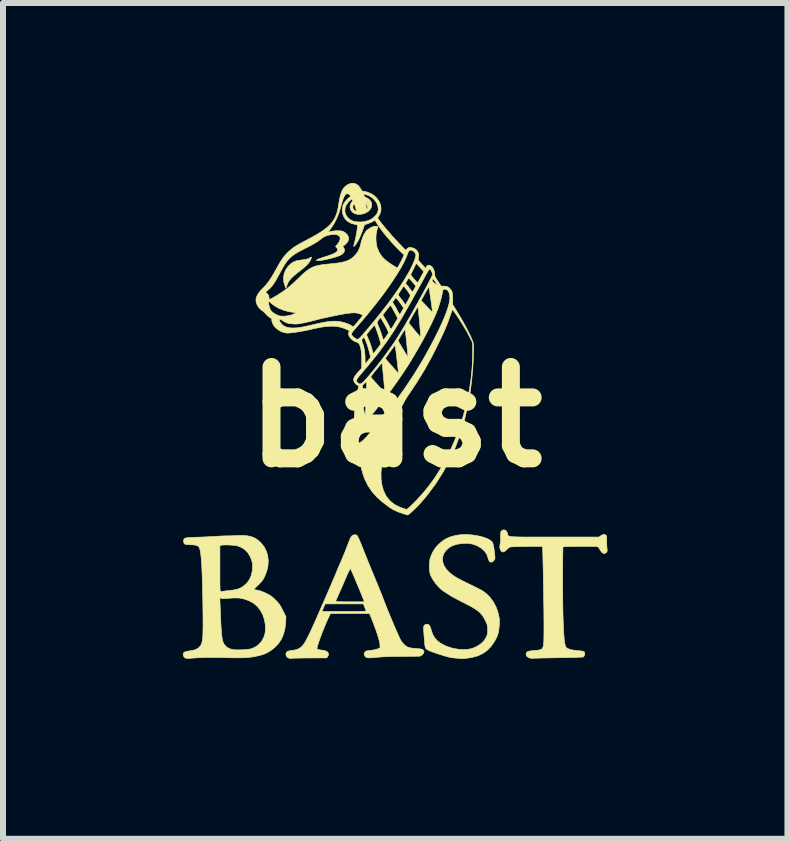
<source format=kicad_pcb>
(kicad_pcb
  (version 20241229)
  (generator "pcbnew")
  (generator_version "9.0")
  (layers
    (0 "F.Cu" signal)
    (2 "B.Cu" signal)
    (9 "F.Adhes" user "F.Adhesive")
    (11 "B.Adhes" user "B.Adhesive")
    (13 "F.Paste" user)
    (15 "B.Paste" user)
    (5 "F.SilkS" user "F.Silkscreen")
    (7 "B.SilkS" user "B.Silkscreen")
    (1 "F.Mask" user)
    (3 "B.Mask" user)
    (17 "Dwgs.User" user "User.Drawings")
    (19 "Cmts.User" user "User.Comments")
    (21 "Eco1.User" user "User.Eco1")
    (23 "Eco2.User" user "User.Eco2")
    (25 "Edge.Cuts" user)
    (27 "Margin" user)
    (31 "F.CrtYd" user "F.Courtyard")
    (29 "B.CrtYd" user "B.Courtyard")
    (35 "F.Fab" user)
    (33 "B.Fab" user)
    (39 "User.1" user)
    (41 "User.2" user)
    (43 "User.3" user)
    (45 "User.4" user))
  (footprint "bast"
    (layer "F.Cu")
    (at 3.546 3.904)
    (property "Reference" "bast" (at 0 0 0) (layer "F.SilkS") (effects (font (size 1.524 1.524) (thickness 0.3))))
    (attr through_hole)
    (fp_poly (pts (xy -1.403 -2.657) (xy -1.41 -2.637) (xy -1.418 -2.618) (xy -1.436 -2.586) (xy -1.462 -2.553) (xy -1.497 -2.518) (xy -1.542 -2.478) (xy -1.601 -2.431) (xy -1.609 -2.426) (xy -1.668 -2.379) (xy -1.714 -2.339) (xy -1.75 -2.303) (xy -1.777 -2.267) (xy -1.797 -2.231) (xy -1.813 -2.191) (xy -1.817 -2.18) (xy -1.827 -2.146) (xy -1.841 -2.178) (xy -1.863 -2.249) (xy -1.869 -2.32) (xy -1.858 -2.389) (xy -1.832 -2.454) (xy -1.79 -2.513) (xy -1.783 -2.521) (xy -1.74 -2.561) (xy -1.695 -2.589) (xy -1.644 -2.607) (xy -1.581 -2.616) (xy -1.581 -2.617) (xy -1.523 -2.624) (xy -1.478 -2.633) (xy -1.444 -2.646) (xy -1.424 -2.657) (xy -1.409 -2.665) (xy -1.401 -2.666) (xy -1.403 -2.657)) (stroke (width 0.01) (type solid)) (fill yes) (layer "F.SilkS"))
    (fp_poly (pts (xy 1.282 1.967) (xy 1.366 1.98) (xy 1.445 1.998) (xy 1.514 2.022) (xy 1.541 2.034) (xy 1.571 2.051) (xy 1.596 2.069) (xy 1.612 2.084) (xy 1.623 2.108) (xy 1.633 2.149) (xy 1.643 2.206) (xy 1.652 2.279) (xy 1.655 2.308) (xy 1.658 2.34) (xy 1.657 2.36) (xy 1.653 2.375) (xy 1.643 2.389) (xy 1.638 2.395) (xy 1.614 2.416) (xy 1.59 2.421) (xy 1.569 2.41) (xy 1.552 2.384) (xy 1.54 2.344) (xy 1.54 2.344) (xy 1.521 2.289) (xy 1.486 2.238) (xy 1.438 2.193) (xy 1.377 2.155) (xy 1.34 2.138) (xy 1.279 2.118) (xy 1.216 2.107) (xy 1.147 2.106) (xy 1.109 2.109) (xy 1.024 2.122) (xy 0.95 2.146) (xy 0.889 2.181) (xy 0.841 2.225) (xy 0.805 2.279) (xy 0.79 2.32) (xy 0.782 2.376) (xy 0.791 2.433) (xy 0.814 2.49) (xy 0.853 2.546) (xy 0.906 2.6) (xy 0.972 2.65) (xy 1.001 2.669) (xy 1.027 2.684) (xy 1.066 2.704) (xy 1.113 2.729) (xy 1.165 2.755) (xy 1.219 2.782) (xy 1.236 2.79) (xy 1.301 2.821) (xy 1.353 2.847) (xy 1.395 2.868) (xy 1.428 2.886) (xy 1.454 2.902) (xy 1.477 2.917) (xy 1.498 2.933) (xy 1.519 2.95) (xy 1.579 3.011) (xy 1.632 3.084) (xy 1.676 3.168) (xy 1.708 3.258) (xy 1.728 3.346) (xy 1.732 3.383) (xy 1.733 3.422) (xy 1.731 3.467) (xy 1.727 3.505) (xy 1.72 3.563) (xy 1.71 3.61) (xy 1.697 3.651) (xy 1.678 3.692) (xy 1.652 3.739) (xy 1.644 3.752) (xy 1.589 3.83) (xy 1.526 3.894) (xy 1.453 3.945) (xy 1.371 3.983) (xy 1.277 4.009) (xy 1.2 4.021) (xy 1.164 4.025) (xy 1.133 4.028) (xy 1.113 4.029) (xy 1.107 4.029) (xy 1.095 4.028) (xy 1.069 4.026) (xy 1.035 4.023) (xy 1.012 4.021) (xy 0.976 4.018) (xy 0.945 4.014) (xy 0.914 4.009) (xy 0.88 4.001) (xy 0.839 3.99) (xy 0.788 3.975) (xy 0.766 3.968) (xy 0.684 3.942) (xy 0.618 3.919) (xy 0.566 3.899) (xy 0.531 3.881) (xy 0.511 3.866) (xy 0.505 3.858) (xy 0.499 3.849) (xy 0.495 3.837) (xy 0.492 3.82) (xy 0.488 3.796) (xy 0.485 3.763) (xy 0.481 3.717) (xy 0.476 3.658) (xy 0.474 3.625) (xy 0.47 3.575) (xy 0.468 3.539) (xy 0.468 3.513) (xy 0.47 3.496) (xy 0.473 3.484) (xy 0.478 3.475) (xy 0.497 3.459) (xy 0.524 3.454) (xy 0.549 3.461) (xy 0.563 3.471) (xy 0.572 3.487) (xy 0.583 3.514) (xy 0.594 3.547) (xy 0.597 3.56) (xy 0.62 3.626) (xy 0.652 3.682) (xy 0.695 3.73) (xy 0.75 3.772) (xy 0.819 3.809) (xy 0.855 3.825) (xy 0.958 3.858) (xy 1.065 3.875) (xy 1.128 3.878) (xy 1.198 3.875) (xy 1.257 3.865) (xy 1.311 3.847) (xy 1.359 3.823) (xy 1.413 3.789) (xy 1.454 3.755) (xy 1.486 3.716) (xy 1.509 3.677) (xy 1.523 3.647) (xy 1.531 3.622) (xy 1.535 3.595) (xy 1.536 3.56) (xy 1.536 3.548) (xy 1.535 3.51) (xy 1.532 3.482) (xy 1.525 3.456) (xy 1.512 3.425) (xy 1.505 3.409) (xy 1.482 3.363) (xy 1.459 3.324) (xy 1.433 3.29) (xy 1.404 3.258) (xy 1.368 3.229) (xy 1.325 3.199) (xy 1.271 3.167) (xy 1.206 3.132) (xy 1.134 3.095) (xy 1.08 3.068) (xy 1.029 3.041) (xy 0.982 3.016) (xy 0.943 2.995) (xy 0.916 2.979) (xy 0.908 2.974) (xy 0.873 2.951) (xy 0.834 2.926) (xy 0.807 2.909) (xy 0.762 2.876) (xy 0.715 2.831) (xy 0.67 2.778) (xy 0.629 2.72) (xy 0.596 2.663) (xy 0.579 2.623) (xy 0.57 2.585) (xy 0.565 2.535) (xy 0.564 2.479) (xy 0.567 2.423) (xy 0.574 2.372) (xy 0.582 2.341) (xy 0.617 2.257) (xy 0.667 2.179) (xy 0.73 2.111) (xy 0.804 2.053) (xy 0.805 2.052) (xy 0.857 2.022) (xy 0.914 1.999) (xy 0.979 1.981) (xy 1.043 1.968) (xy 1.116 1.96) (xy 1.197 1.96) (xy 1.282 1.967)) (stroke (width 0.01) (type solid)) (fill yes) (layer "F.SilkS"))
    (fp_poly (pts (xy 1.818 1.883) (xy 1.842 1.896) (xy 1.86 1.921) (xy 1.868 1.946) (xy 1.87 1.956) (xy 1.871 1.964) (xy 1.874 1.972) (xy 1.878 1.978) (xy 1.885 1.983) (xy 1.897 1.988) (xy 1.913 1.992) (xy 1.936 1.995) (xy 1.966 1.997) (xy 2.004 1.999) (xy 2.051 2) (xy 2.108 2.001) (xy 2.177 2.002) (xy 2.257 2.002) (xy 2.351 2.002) (xy 2.46 2.002) (xy 2.584 2.002) (xy 2.654 2.002) (xy 3.391 2.002) (xy 3.424 1.979) (xy 3.457 1.961) (xy 3.484 1.957) (xy 3.506 1.969) (xy 3.509 1.972) (xy 3.516 1.984) (xy 3.521 2.001) (xy 3.522 2.027) (xy 3.521 2.059) (xy 3.521 2.101) (xy 3.523 2.146) (xy 3.526 2.184) (xy 3.526 2.185) (xy 3.529 2.216) (xy 3.529 2.236) (xy 3.524 2.248) (xy 3.515 2.26) (xy 3.49 2.275) (xy 3.465 2.274) (xy 3.44 2.257) (xy 3.415 2.224) (xy 3.408 2.21) (xy 3.392 2.185) (xy 3.376 2.167) (xy 3.368 2.162) (xy 3.356 2.16) (xy 3.329 2.159) (xy 3.291 2.158) (xy 3.244 2.158) (xy 3.19 2.158) (xy 3.131 2.158) (xy 3.071 2.158) (xy 3.011 2.158) (xy 2.953 2.159) (xy 2.901 2.16) (xy 2.857 2.161) (xy 2.823 2.162) (xy 2.801 2.163) (xy 2.794 2.165) (xy 2.793 2.174) (xy 2.791 2.199) (xy 2.79 2.238) (xy 2.789 2.289) (xy 2.788 2.35) (xy 2.788 2.42) (xy 2.787 2.498) (xy 2.787 2.581) (xy 2.787 2.668) (xy 2.787 2.757) (xy 2.787 2.848) (xy 2.788 2.937) (xy 2.788 3.024) (xy 2.789 3.107) (xy 2.79 3.185) (xy 2.791 3.255) (xy 2.793 3.316) (xy 2.794 3.357) (xy 2.798 3.475) (xy 2.803 3.576) (xy 2.809 3.66) (xy 2.815 3.728) (xy 2.823 3.78) (xy 2.831 3.816) (xy 2.838 3.835) (xy 2.86 3.855) (xy 2.898 3.872) (xy 2.95 3.885) (xy 3.018 3.894) (xy 3.025 3.895) (xy 3.073 3.899) (xy 3.107 3.903) (xy 3.129 3.908) (xy 3.143 3.913) (xy 3.15 3.921) (xy 3.154 3.931) (xy 3.154 3.932) (xy 3.155 3.956) (xy 3.147 3.981) (xy 3.134 3.999) (xy 3.131 4.001) (xy 3.121 4.003) (xy 3.095 4.004) (xy 3.056 4.006) (xy 3.005 4.008) (xy 2.944 4.009) (xy 2.874 4.011) (xy 2.798 4.013) (xy 2.717 4.014) (xy 2.714 4.014) (xy 2.632 4.015) (xy 2.556 4.017) (xy 2.485 4.018) (xy 2.424 4.019) (xy 2.372 4.021) (xy 2.332 4.022) (xy 2.306 4.023) (xy 2.295 4.024) (xy 2.294 4.024) (xy 2.276 4.026) (xy 2.261 4.024) (xy 2.22 4.013) (xy 2.192 3.994) (xy 2.178 3.968) (xy 2.179 3.942) (xy 2.186 3.927) (xy 2.198 3.915) (xy 2.218 3.907) (xy 2.249 3.901) (xy 2.294 3.895) (xy 2.315 3.894) (xy 2.353 3.891) (xy 2.385 3.887) (xy 2.41 3.882) (xy 2.43 3.874) (xy 2.446 3.861) (xy 2.457 3.841) (xy 2.465 3.814) (xy 2.47 3.777) (xy 2.473 3.729) (xy 2.474 3.669) (xy 2.475 3.594) (xy 2.475 3.515) (xy 2.475 3.467) (xy 2.475 3.408) (xy 2.474 3.339) (xy 2.474 3.262) (xy 2.473 3.179) (xy 2.471 3.09) (xy 2.47 2.997) (xy 2.469 2.903) (xy 2.467 2.808) (xy 2.465 2.714) (xy 2.464 2.622) (xy 2.462 2.535) (xy 2.46 2.453) (xy 2.458 2.378) (xy 2.457 2.312) (xy 2.455 2.255) (xy 2.454 2.211) (xy 2.452 2.179) (xy 2.451 2.163) (xy 2.451 2.16) (xy 2.441 2.159) (xy 2.417 2.158) (xy 2.382 2.158) (xy 2.336 2.158) (xy 2.284 2.158) (xy 2.227 2.158) (xy 2.169 2.159) (xy 2.111 2.16) (xy 2.056 2.161) (xy 2.006 2.162) (xy 1.965 2.164) (xy 1.934 2.165) (xy 1.916 2.167) (xy 1.914 2.167) (xy 1.893 2.178) (xy 1.868 2.197) (xy 1.851 2.214) (xy 1.822 2.24) (xy 1.798 2.251) (xy 1.777 2.247) (xy 1.762 2.236) (xy 1.745 2.208) (xy 1.738 2.17) (xy 1.742 2.127) (xy 1.744 2.119) (xy 1.749 2.089) (xy 1.752 2.051) (xy 1.752 2.015) (xy 1.752 1.972) (xy 1.752 1.943) (xy 1.754 1.924) (xy 1.758 1.911) (xy 1.764 1.902) (xy 1.77 1.897) (xy 1.793 1.882) (xy 1.818 1.883)) (stroke (width 0.01) (type solid)) (fill yes) (layer "F.SilkS"))
    (fp_poly (pts (xy -0.661 1.965) (xy -0.652 1.968) (xy -0.644 1.975) (xy -0.634 1.988) (xy -0.624 2.006) (xy -0.611 2.033) (xy -0.595 2.069) (xy -0.576 2.116) (xy -0.552 2.175) (xy -0.523 2.248) (xy -0.508 2.286) (xy -0.479 2.358) (xy -0.446 2.439) (xy -0.412 2.523) (xy -0.378 2.605) (xy -0.348 2.678) (xy -0.337 2.705) (xy -0.311 2.767) (xy -0.285 2.831) (xy -0.26 2.892) (xy -0.237 2.948) (xy -0.219 2.994) (xy -0.212 3.014) (xy -0.178 3.102) (xy -0.141 3.196) (xy -0.102 3.291) (xy -0.062 3.386) (xy -0.024 3.478) (xy 0.013 3.562) (xy 0.046 3.637) (xy 0.075 3.699) (xy 0.076 3.702) (xy 0.108 3.755) (xy 0.148 3.8) (xy 0.193 3.832) (xy 0.209 3.84) (xy 0.235 3.847) (xy 0.274 3.854) (xy 0.323 3.859) (xy 0.34 3.86) (xy 0.392 3.864) (xy 0.429 3.87) (xy 0.454 3.879) (xy 0.468 3.892) (xy 0.474 3.909) (xy 0.474 3.918) (xy 0.467 3.94) (xy 0.449 3.963) (xy 0.425 3.981) (xy 0.401 3.989) (xy 0.401 3.989) (xy 0.387 3.989) (xy 0.358 3.989) (xy 0.316 3.99) (xy 0.265 3.99) (xy 0.205 3.991) (xy 0.14 3.991) (xy 0.102 3.992) (xy -0.027 3.993) (xy -0.139 3.996) (xy -0.235 4.001) (xy -0.314 4.007) (xy -0.315 4.008) (xy -0.373 4.013) (xy -0.418 4.016) (xy -0.45 4.016) (xy -0.474 4.013) (xy -0.491 4.007) (xy -0.503 3.997) (xy -0.511 3.986) (xy -0.524 3.96) (xy -0.52 3.936) (xy -0.509 3.919) (xy -0.499 3.909) (xy -0.485 3.902) (xy -0.464 3.897) (xy -0.431 3.892) (xy -0.408 3.89) (xy -0.366 3.884) (xy -0.327 3.876) (xy -0.298 3.867) (xy -0.291 3.864) (xy -0.258 3.848) (xy -0.26 3.797) (xy -0.264 3.766) (xy -0.274 3.722) (xy -0.29 3.666) (xy -0.311 3.6) (xy -0.336 3.528) (xy -0.365 3.45) (xy -0.394 3.376) (xy -0.434 3.277) (xy -1.085 3.277) (xy -1.126 3.363) (xy -1.15 3.416) (xy -1.174 3.473) (xy -1.199 3.534) (xy -1.224 3.596) (xy -1.246 3.656) (xy -1.267 3.712) (xy -1.284 3.763) (xy -1.298 3.806) (xy -1.307 3.839) (xy -1.31 3.859) (xy -1.31 3.864) (xy -1.304 3.871) (xy -1.292 3.877) (xy -1.27 3.882) (xy -1.235 3.887) (xy -1.207 3.891) (xy -1.166 3.9) (xy -1.137 3.917) (xy -1.12 3.94) (xy -1.118 3.966) (xy -1.131 3.994) (xy -1.133 3.997) (xy -1.149 4.017) (xy -1.428 4.018) (xy -1.496 4.018) (xy -1.559 4.019) (xy -1.615 4.02) (xy -1.662 4.021) (xy -1.698 4.022) (xy -1.721 4.023) (xy -1.727 4.024) (xy -1.753 4.026) (xy -1.77 4.024) (xy -1.799 4.011) (xy -1.82 3.988) (xy -1.829 3.96) (xy -1.829 3.958) (xy -1.824 3.932) (xy -1.808 3.913) (xy -1.779 3.901) (xy -1.736 3.894) (xy -1.682 3.886) (xy -1.639 3.874) (xy -1.604 3.858) (xy -1.571 3.834) (xy -1.564 3.828) (xy -1.55 3.813) (xy -1.534 3.792) (xy -1.516 3.766) (xy -1.496 3.732) (xy -1.474 3.69) (xy -1.448 3.638) (xy -1.418 3.577) (xy -1.385 3.504) (xy -1.346 3.419) (xy -1.303 3.32) (xy -1.269 3.243) (xy -1.228 3.243) (xy -0.859 3.243) (xy -0.782 3.243) (xy -0.711 3.242) (xy -0.646 3.242) (xy -0.591 3.241) (xy -0.546 3.24) (xy -0.513 3.239) (xy -0.495 3.237) (xy -0.491 3.237) (xy -0.494 3.226) (xy -0.502 3.205) (xy -0.512 3.176) (xy -0.514 3.173) (xy -0.536 3.116) (xy -1.174 3.116) (xy -1.187 3.147) (xy -1.2 3.178) (xy -1.213 3.209) (xy -1.214 3.211) (xy -1.228 3.243) (xy -1.269 3.243) (xy -1.253 3.207) (xy -1.234 3.162) (xy -1.212 3.113) (xy -1.195 3.074) (xy -0.999 3.074) (xy -0.991 3.076) (xy -0.967 3.078) (xy -0.929 3.08) (xy -0.877 3.081) (xy -0.814 3.082) (xy -0.759 3.082) (xy -0.519 3.082) (xy -0.567 2.961) (xy -0.582 2.924) (xy -0.601 2.878) (xy -0.622 2.828) (xy -0.645 2.775) (xy -0.667 2.721) (xy -0.689 2.669) (xy -0.709 2.622) (xy -0.727 2.582) (xy -0.74 2.552) (xy -0.749 2.533) (xy -0.751 2.529) (xy -0.757 2.532) (xy -0.768 2.551) (xy -0.785 2.585) (xy -0.808 2.635) (xy -0.835 2.698) (xy -0.851 2.735) (xy -0.873 2.785) (xy -0.898 2.844) (xy -0.925 2.903) (xy -0.947 2.953) (xy -0.966 2.994) (xy -0.981 3.029) (xy -0.992 3.056) (xy -0.998 3.071) (xy -0.999 3.074) (xy -1.195 3.074) (xy -1.186 3.054) (xy -1.158 2.989) (xy -1.13 2.924) (xy -1.105 2.866) (xy -1.079 2.807) (xy -1.053 2.745) (xy -1.027 2.685) (xy -1.004 2.631) (xy -0.986 2.587) (xy -0.986 2.587) (xy -0.966 2.539) (xy -0.945 2.49) (xy -0.926 2.445) (xy -0.91 2.41) (xy -0.91 2.409) (xy -0.893 2.369) (xy -0.871 2.317) (xy -0.845 2.253) (xy -0.817 2.182) (xy -0.787 2.105) (xy -0.768 2.054) (xy -0.749 2.011) (xy -0.728 1.983) (xy -0.705 1.968) (xy -0.683 1.964) (xy -0.671 1.964) (xy -0.661 1.965)) (stroke (width 0.01) (type solid)) (fill yes) (layer "F.SilkS"))
    (fp_poly (pts (xy -2.486 1.979) (xy -2.423 1.99) (xy -2.367 2.009) (xy -2.318 2.036) (xy -2.272 2.072) (xy -2.248 2.095) (xy -2.194 2.161) (xy -2.155 2.235) (xy -2.131 2.314) (xy -2.122 2.399) (xy -2.128 2.487) (xy -2.15 2.578) (xy -2.185 2.663) (xy -2.202 2.697) (xy -2.22 2.725) (xy -2.243 2.753) (xy -2.274 2.786) (xy -2.292 2.804) (xy -2.368 2.877) (xy -2.308 2.886) (xy -2.253 2.9) (xy -2.187 2.926) (xy -2.159 2.939) (xy -2.115 2.962) (xy -2.08 2.983) (xy -2.05 3.006) (xy -2.017 3.036) (xy -2.001 3.052) (xy -1.971 3.083) (xy -1.947 3.11) (xy -1.928 3.137) (xy -1.908 3.17) (xy -1.886 3.213) (xy -1.879 3.226) (xy -1.827 3.332) (xy -1.832 3.421) (xy -1.844 3.527) (xy -1.868 3.622) (xy -1.905 3.707) (xy -1.955 3.781) (xy -2.018 3.846) (xy -2.072 3.888) (xy -2.116 3.916) (xy -2.154 3.937) (xy -2.192 3.954) (xy -2.236 3.968) (xy -2.29 3.982) (xy -2.296 3.983) (xy -2.346 3.994) (xy -2.396 4.002) (xy -2.45 4.009) (xy -2.509 4.013) (xy -2.575 4.015) (xy -2.652 4.016) (xy -2.74 4.015) (xy -2.843 4.013) (xy -2.857 4.012) (xy -2.972 4.01) (xy -3.074 4.009) (xy -3.168 4.01) (xy -3.259 4.013) (xy -3.352 4.018) (xy -3.45 4.025) (xy -3.452 4.025) (xy -3.479 4.025) (xy -3.503 4.02) (xy -3.507 4.018) (xy -3.529 3.999) (xy -3.541 3.972) (xy -3.54 3.944) (xy -3.54 3.942) (xy -3.532 3.93) (xy -3.518 3.92) (xy -3.495 3.912) (xy -3.46 3.904) (xy -3.412 3.897) (xy -3.406 3.896) (xy -3.343 3.882) (xy -3.293 3.857) (xy -3.257 3.821) (xy -3.248 3.808) (xy -3.239 3.789) (xy -3.231 3.767) (xy -3.224 3.741) (xy -3.219 3.708) (xy -3.215 3.667) (xy -3.212 3.618) (xy -3.211 3.558) (xy -3.21 3.487) (xy -3.21 3.402) (xy -3.211 3.303) (xy -3.212 3.213) (xy -3.214 3.051) (xy -3.215 3.013) (xy -2.93 3.013) (xy -2.926 3.132) (xy -2.923 3.19) (xy -2.921 3.256) (xy -2.918 3.321) (xy -2.916 3.372) (xy -2.912 3.459) (xy -2.907 3.539) (xy -2.902 3.609) (xy -2.895 3.668) (xy -2.888 3.713) (xy -2.882 3.738) (xy -2.86 3.788) (xy -2.824 3.829) (xy -2.777 3.859) (xy -2.721 3.878) (xy -2.719 3.878) (xy -2.688 3.881) (xy -2.646 3.883) (xy -2.597 3.883) (xy -2.545 3.881) (xy -2.495 3.878) (xy -2.453 3.873) (xy -2.421 3.868) (xy -2.417 3.867) (xy -2.35 3.842) (xy -2.295 3.806) (xy -2.247 3.757) (xy -2.227 3.73) (xy -2.196 3.672) (xy -2.177 3.61) (xy -2.17 3.556) (xy -2.171 3.467) (xy -2.186 3.381) (xy -2.213 3.3) (xy -2.252 3.226) (xy -2.302 3.162) (xy -2.361 3.11) (xy -2.366 3.106) (xy -2.437 3.067) (xy -2.516 3.037) (xy -2.597 3.02) (xy -2.609 3.019) (xy -2.64 3.017) (xy -2.682 3.017) (xy -2.73 3.019) (xy -2.779 3.023) (xy -2.78 3.023) (xy -2.831 3.027) (xy -2.867 3.028) (xy -2.892 3.028) (xy -2.908 3.025) (xy -2.912 3.023) (xy -2.93 3.013) (xy -3.215 3.013) (xy -3.217 2.906) (xy -3.22 2.775) (xy -3.224 2.66) (xy -3.228 2.559) (xy -3.232 2.471) (xy -3.237 2.395) (xy -3.243 2.332) (xy -3.249 2.28) (xy -3.255 2.239) (xy -3.263 2.207) (xy -3.265 2.198) (xy -3.276 2.173) (xy -3.292 2.154) (xy -3.312 2.144) (xy -2.929 2.144) (xy -2.929 2.534) (xy -2.929 2.628) (xy -2.929 2.706) (xy -2.929 2.77) (xy -2.928 2.821) (xy -2.927 2.859) (xy -2.925 2.887) (xy -2.924 2.904) (xy -2.922 2.913) (xy -2.919 2.915) (xy -2.919 2.915) (xy -2.907 2.911) (xy -2.881 2.906) (xy -2.846 2.902) (xy -2.804 2.897) (xy -2.796 2.896) (xy -2.723 2.888) (xy -2.664 2.878) (xy -2.616 2.864) (xy -2.575 2.846) (xy -2.541 2.824) (xy -2.483 2.774) (xy -2.44 2.717) (xy -2.409 2.652) (xy -2.391 2.576) (xy -2.388 2.554) (xy -2.383 2.488) (xy -2.388 2.431) (xy -2.404 2.375) (xy -2.422 2.332) (xy -2.461 2.266) (xy -2.51 2.214) (xy -2.569 2.175) (xy -2.64 2.148) (xy -2.646 2.147) (xy -2.675 2.141) (xy -2.714 2.138) (xy -2.759 2.135) (xy -2.806 2.133) (xy -2.85 2.134) (xy -2.887 2.135) (xy -2.91 2.139) (xy -2.929 2.144) (xy -3.312 2.144) (xy -3.316 2.142) (xy -3.35 2.134) (xy -3.396 2.131) (xy -3.422 2.13) (xy -3.468 2.129) (xy -3.5 2.124) (xy -3.52 2.114) (xy -3.53 2.099) (xy -3.534 2.077) (xy -3.534 2.07) (xy -3.533 2.052) (xy -3.53 2.038) (xy -3.522 2.028) (xy -3.507 2.02) (xy -3.484 2.015) (xy -3.451 2.011) (xy -3.405 2.008) (xy -3.344 2.006) (xy -3.325 2.005) (xy -3.259 2.003) (xy -3.186 2) (xy -3.112 1.996) (xy -3.045 1.993) (xy -2.997 1.99) (xy -2.946 1.987) (xy -2.899 1.984) (xy -2.858 1.983) (xy -2.828 1.982) (xy -2.815 1.982) (xy -2.795 1.982) (xy -2.762 1.982) (xy -2.719 1.98) (xy -2.672 1.978) (xy -2.649 1.977) (xy -2.561 1.975) (xy -2.486 1.979)) (stroke (width 0.01) (type solid)) (fill yes) (layer "F.SilkS"))
    (fp_poly (pts (xy -0.663 -3.888) (xy -0.623 -3.862) (xy -0.591 -3.821) (xy -0.587 -3.815) (xy -0.572 -3.788) (xy -0.56 -3.773) (xy -0.547 -3.766) (xy -0.529 -3.763) (xy -0.527 -3.762) (xy -0.478 -3.753) (xy -0.427 -3.733) (xy -0.379 -3.708) (xy -0.362 -3.696) (xy -0.313 -3.65) (xy -0.276 -3.599) (xy -0.252 -3.543) (xy -0.242 -3.486) (xy -0.245 -3.43) (xy -0.264 -3.378) (xy -0.276 -3.357) (xy -0.288 -3.337) (xy -0.296 -3.322) (xy -0.296 -3.319) (xy -0.291 -3.307) (xy -0.275 -3.284) (xy -0.251 -3.251) (xy -0.219 -3.211) (xy -0.181 -3.165) (xy -0.139 -3.115) (xy -0.094 -3.063) (xy -0.047 -3.009) (xy 0.001 -2.957) (xy 0.048 -2.906) (xy 0.07 -2.883) (xy 0.168 -2.781) (xy 0.193 -2.806) (xy 0.211 -2.821) (xy 0.228 -2.827) (xy 0.252 -2.827) (xy 0.261 -2.826) (xy 0.308 -2.814) (xy 0.346 -2.788) (xy 0.374 -2.749) (xy 0.385 -2.717) (xy 0.386 -2.682) (xy 0.377 -2.639) (xy 0.377 -2.637) (xy 0.377 -2.626) (xy 0.384 -2.611) (xy 0.399 -2.591) (xy 0.425 -2.562) (xy 0.437 -2.549) (xy 0.503 -2.479) (xy 0.516 -2.505) (xy 0.528 -2.524) (xy 0.545 -2.531) (xy 0.555 -2.532) (xy 0.583 -2.524) (xy 0.609 -2.502) (xy 0.631 -2.47) (xy 0.646 -2.431) (xy 0.652 -2.387) (xy 0.652 -2.383) (xy 0.653 -2.364) (xy 0.658 -2.345) (xy 0.668 -2.323) (xy 0.686 -2.294) (xy 0.704 -2.267) (xy 0.725 -2.235) (xy 0.743 -2.209) (xy 0.755 -2.191) (xy 0.759 -2.185) (xy 0.768 -2.183) (xy 0.789 -2.183) (xy 0.807 -2.183) (xy 0.852 -2.179) (xy 0.889 -2.159) (xy 0.921 -2.125) (xy 0.931 -2.108) (xy 0.941 -2.09) (xy 0.947 -2.072) (xy 0.95 -2.051) (xy 0.952 -2.021) (xy 0.953 -1.98) (xy 0.953 -1.973) (xy 0.953 -1.875) (xy 1 -1.799) (xy 1.051 -1.717) (xy 1.099 -1.635) (xy 1.144 -1.555) (xy 1.185 -1.479) (xy 1.221 -1.408) (xy 1.252 -1.346) (xy 1.275 -1.292) (xy 1.291 -1.25) (xy 1.296 -1.231) (xy 1.3 -1.203) (xy 1.302 -1.159) (xy 1.301 -1.104) (xy 1.3 -1.038) (xy 1.296 -0.964) (xy 1.292 -0.884) (xy 1.286 -0.8) (xy 1.279 -0.714) (xy 1.271 -0.629) (xy 1.262 -0.547) (xy 1.252 -0.469) (xy 1.249 -0.445) (xy 1.205 -0.191) (xy 1.149 0.051) (xy 1.08 0.284) (xy 0.997 0.506) (xy 0.901 0.718) (xy 0.792 0.92) (xy 0.669 1.114) (xy 0.532 1.298) (xy 0.426 1.424) (xy 0.398 1.455) (xy 0.365 1.488) (xy 0.331 1.523) (xy 0.296 1.556) (xy 0.264 1.586) (xy 0.237 1.61) (xy 0.216 1.627) (xy 0.205 1.634) (xy 0.204 1.634) (xy 0.194 1.631) (xy 0.172 1.625) (xy 0.141 1.616) (xy 0.123 1.61) (xy 0.029 1.577) (xy -0.052 1.538) (xy -0.107 1.502) (xy -0.135 1.481) (xy -0.169 1.455) (xy -0.205 1.428) (xy -0.213 1.422) (xy -0.307 1.34) (xy -0.389 1.248) (xy -0.458 1.147) (xy -0.512 1.039) (xy -0.515 1.033) (xy -0.536 0.973) (xy -0.551 0.924) (xy -0.242 0.924) (xy -0.241 1.034) (xy -0.227 1.134) (xy -0.202 1.224) (xy -0.164 1.304) (xy -0.146 1.333) (xy -0.091 1.399) (xy -0.025 1.453) (xy 0.021 1.479) (xy 0.05 1.493) (xy 0.085 1.508) (xy 0.122 1.521) (xy 0.154 1.532) (xy 0.178 1.539) (xy 0.186 1.54) (xy 0.195 1.535) (xy 0.215 1.519) (xy 0.242 1.494) (xy 0.275 1.462) (xy 0.313 1.425) (xy 0.33 1.408) (xy 0.446 1.284) (xy 0.55 1.157) (xy 0.648 1.024) (xy 0.74 0.88) (xy 0.792 0.792) (xy 0.892 0.602) (xy 0.982 0.402) (xy 1.061 0.195) (xy 1.13 -0.019) (xy 1.186 -0.235) (xy 1.231 -0.452) (xy 1.263 -0.668) (xy 1.281 -0.88) (xy 1.286 -1.086) (xy 1.286 -1.107) (xy 1.283 -1.244) (xy 1.224 -1.359) (xy 1.205 -1.395) (xy 1.182 -1.437) (xy 1.154 -1.484) (xy 1.124 -1.533) (xy 1.093 -1.583) (xy 1.061 -1.632) (xy 1.032 -1.678) (xy 1.004 -1.718) (xy 0.981 -1.751) (xy 0.963 -1.775) (xy 0.951 -1.788) (xy 0.948 -1.789) (xy 0.943 -1.779) (xy 0.934 -1.756) (xy 0.923 -1.723) (xy 0.909 -1.684) (xy 0.907 -1.677) (xy 0.888 -1.624) (xy 0.87 -1.574) (xy 0.85 -1.523) (xy 0.827 -1.468) (xy 0.8 -1.407) (xy 0.768 -1.337) (xy 0.729 -1.255) (xy 0.722 -1.24) (xy 0.607 -1.01) (xy 0.486 -0.791) (xy 0.355 -0.578) (xy 0.246 -0.414) (xy 0.196 -0.341) (xy 0.155 -0.272) (xy 0.117 -0.202) (xy 0.089 -0.145) (xy 0.005 0.041) (xy -0.066 0.216) (xy -0.126 0.379) (xy -0.173 0.532) (xy -0.208 0.673) (xy -0.231 0.804) (xy -0.242 0.924) (xy -0.551 0.924) (xy -0.557 0.903) (xy -0.576 0.828) (xy -0.593 0.751) (xy -0.606 0.677) (xy -0.615 0.609) (xy -0.618 0.553) (xy -0.618 0.551) (xy -0.618 0.502) (xy -0.669 0.498) (xy -0.709 0.491) (xy -0.738 0.477) (xy -0.759 0.451) (xy -0.768 0.433) (xy -0.773 0.404) (xy -0.727 0.404) (xy -0.721 0.419) (xy -0.711 0.432) (xy -0.687 0.445) (xy -0.654 0.448) (xy -0.619 0.44) (xy -0.607 0.435) (xy -0.584 0.421) (xy -0.561 0.405) (xy -0.536 0.385) (xy -0.509 0.357) (xy -0.475 0.321) (xy -0.433 0.273) (xy -0.428 0.268) (xy -0.219 0.02) (xy -0.026 -0.228) (xy 0.152 -0.475) (xy 0.317 -0.724) (xy 0.469 -0.976) (xy 0.579 -1.175) (xy 0.656 -1.322) (xy 0.722 -1.455) (xy 0.778 -1.575) (xy 0.824 -1.683) (xy 0.859 -1.778) (xy 0.885 -1.86) (xy 0.9 -1.929) (xy 0.906 -1.987) (xy 0.906 -1.99) (xy 0.901 -2.04) (xy 0.889 -2.081) (xy 0.87 -2.111) (xy 0.845 -2.129) (xy 0.82 -2.132) (xy 0.793 -2.129) (xy 0.774 -2.038) (xy 0.756 -1.962) (xy 0.734 -1.886) (xy 0.708 -1.808) (xy 0.675 -1.725) (xy 0.636 -1.636) (xy 0.59 -1.54) (xy 0.536 -1.433) (xy 0.473 -1.314) (xy 0.468 -1.304) (xy 0.386 -1.157) (xy 0.303 -1.015) (xy 0.218 -0.875) (xy 0.128 -0.737) (xy 0.033 -0.599) (xy -0.068 -0.458) (xy -0.176 -0.314) (xy -0.293 -0.164) (xy -0.42 -0.006) (xy -0.559 0.16) (xy -0.592 0.2) (xy -0.639 0.256) (xy -0.674 0.301) (xy -0.7 0.336) (xy -0.717 0.365) (xy -0.726 0.387) (xy -0.727 0.404) (xy -0.773 0.404) (xy -0.775 0.394) (xy -0.766 0.351) (xy -0.742 0.302) (xy -0.719 0.27) (xy -0.706 0.252) (xy -0.699 0.236) (xy -0.695 0.214) (xy -0.694 0.183) (xy -0.694 0.172) (xy -0.693 0.096) (xy -0.689 0.013) (xy -0.683 -0.072) (xy -0.675 -0.157) (xy -0.666 -0.24) (xy -0.655 -0.318) (xy -0.644 -0.388) (xy -0.631 -0.448) (xy -0.619 -0.494) (xy -0.614 -0.51) (xy -0.613 -0.522) (xy -0.621 -0.525) (xy -0.635 -0.53) (xy -0.55 -0.53) (xy -0.55 -0.39) (xy -0.548 -0.301) (xy -0.543 -0.217) (xy -0.534 -0.141) (xy -0.522 -0.077) (xy -0.515 -0.048) (xy -0.511 -0.035) (xy -0.508 -0.03) (xy -0.505 -0.035) (xy -0.503 -0.051) (xy -0.502 -0.081) (xy -0.499 -0.125) (xy -0.499 -0.135) (xy -0.497 -0.186) (xy -0.494 -0.247) (xy -0.491 -0.314) (xy -0.489 -0.38) (xy -0.487 -0.428) (xy -0.481 -0.597) (xy -0.516 -0.563) (xy -0.55 -0.53) (xy -0.635 -0.53) (xy -0.639 -0.532) (xy -0.661 -0.549) (xy -0.681 -0.571) (xy -0.693 -0.594) (xy -0.694 -0.595) (xy -0.696 -0.605) (xy -0.652 -0.605) (xy -0.649 -0.593) (xy -0.641 -0.582) (xy -0.631 -0.571) (xy -0.608 -0.554) (xy -0.585 -0.552) (xy -0.56 -0.564) (xy -0.53 -0.591) (xy -0.464 -0.665) (xy -0.46 -0.669) (xy -0.413 -0.669) (xy -0.407 -0.66) (xy -0.391 -0.64) (xy -0.368 -0.614) (xy -0.341 -0.583) (xy -0.31 -0.549) (xy -0.279 -0.514) (xy -0.249 -0.482) (xy -0.222 -0.453) (xy -0.2 -0.43) (xy -0.186 -0.416) (xy -0.18 -0.412) (xy -0.181 -0.422) (xy -0.182 -0.447) (xy -0.185 -0.484) (xy -0.189 -0.531) (xy -0.194 -0.587) (xy -0.2 -0.648) (xy -0.201 -0.663) (xy -0.224 -0.907) (xy -0.32 -0.792) (xy -0.351 -0.754) (xy -0.377 -0.721) (xy -0.397 -0.694) (xy -0.41 -0.676) (xy -0.413 -0.669) (xy -0.46 -0.669) (xy -0.391 -0.751) (xy -0.314 -0.846) (xy -0.236 -0.947) (xy -0.214 -0.976) (xy -0.169 -0.976) (xy -0.164 -0.969) (xy -0.15 -0.951) (xy -0.128 -0.926) (xy -0.102 -0.896) (xy -0.073 -0.862) (xy -0.042 -0.828) (xy -0.014 -0.796) (xy 0.012 -0.768) (xy 0.032 -0.746) (xy 0.045 -0.733) (xy 0.048 -0.731) (xy 0.048 -0.74) (xy 0.046 -0.763) (xy 0.042 -0.799) (xy 0.037 -0.844) (xy 0.031 -0.898) (xy 0.025 -0.949) (xy 0.018 -1.008) (xy 0.011 -1.063) (xy 0.005 -1.111) (xy 0.000283 -1.148) (xy -0.003 -1.174) (xy -0.005 -1.184) (xy -0.008 -1.189) (xy -0.014 -1.188) (xy -0.024 -1.179) (xy -0.039 -1.16) (xy -0.062 -1.129) (xy -0.089 -1.092) (xy -0.116 -1.054) (xy -0.139 -1.022) (xy -0.157 -0.996) (xy -0.167 -0.98) (xy -0.169 -0.976) (xy -0.214 -0.976) (xy -0.159 -1.05) (xy -0.084 -1.154) (xy -0.015 -1.254) (xy -0.002 -1.274) (xy 0.042 -1.274) (xy 0.046 -1.265) (xy 0.058 -1.245) (xy 0.074 -1.217) (xy 0.094 -1.182) (xy 0.117 -1.144) (xy 0.14 -1.106) (xy 0.162 -1.07) (xy 0.181 -1.039) (xy 0.196 -1.015) (xy 0.205 -1.002) (xy 0.207 -1.001) (xy 0.207 -1.009) (xy 0.205 -1.033) (xy 0.202 -1.069) (xy 0.198 -1.115) (xy 0.192 -1.169) (xy 0.186 -1.229) (xy 0.186 -1.23) (xy 0.18 -1.29) (xy 0.174 -1.344) (xy 0.169 -1.391) (xy 0.164 -1.427) (xy 0.161 -1.451) (xy 0.159 -1.461) (xy 0.159 -1.461) (xy 0.154 -1.455) (xy 0.142 -1.439) (xy 0.125 -1.414) (xy 0.106 -1.384) (xy 0.086 -1.353) (xy 0.068 -1.323) (xy 0.054 -1.297) (xy 0.044 -1.28) (xy 0.042 -1.274) (xy -0.002 -1.274) (xy 0.047 -1.349) (xy 0.058 -1.367) (xy 0.088 -1.416) (xy 0.123 -1.474) (xy 0.162 -1.539) (xy 0.18 -1.571) (xy 0.22 -1.571) (xy 0.225 -1.563) (xy 0.239 -1.545) (xy 0.26 -1.519) (xy 0.285 -1.488) (xy 0.312 -1.454) (xy 0.341 -1.42) (xy 0.367 -1.389) (xy 0.391 -1.362) (xy 0.408 -1.342) (xy 0.418 -1.332) (xy 0.42 -1.331) (xy 0.42 -1.34) (xy 0.418 -1.364) (xy 0.416 -1.4) (xy 0.412 -1.447) (xy 0.407 -1.502) (xy 0.402 -1.564) (xy 0.4 -1.586) (xy 0.394 -1.649) (xy 0.388 -1.706) (xy 0.383 -1.756) (xy 0.379 -1.795) (xy 0.375 -1.823) (xy 0.373 -1.836) (xy 0.372 -1.837) (xy 0.367 -1.83) (xy 0.355 -1.811) (xy 0.338 -1.783) (xy 0.318 -1.749) (xy 0.296 -1.711) (xy 0.274 -1.673) (xy 0.254 -1.637) (xy 0.238 -1.607) (xy 0.226 -1.584) (xy 0.22 -1.572) (xy 0.22 -1.571) (xy 0.18 -1.571) (xy 0.203 -1.61) (xy 0.246 -1.685) (xy 0.29 -1.763) (xy 0.334 -1.842) (xy 0.378 -1.921) (xy 0.39 -1.943) (xy 0.426 -1.943) (xy 0.52 -1.845) (xy 0.552 -1.812) (xy 0.579 -1.784) (xy 0.6 -1.763) (xy 0.613 -1.751) (xy 0.616 -1.748) (xy 0.616 -1.757) (xy 0.613 -1.78) (xy 0.608 -1.815) (xy 0.602 -1.86) (xy 0.595 -1.913) (xy 0.588 -1.961) (xy 0.579 -2.019) (xy 0.572 -2.07) (xy 0.565 -2.114) (xy 0.56 -2.147) (xy 0.557 -2.168) (xy 0.556 -2.173) (xy 0.551 -2.167) (xy 0.54 -2.148) (xy 0.524 -2.119) (xy 0.503 -2.083) (xy 0.49 -2.059) (xy 0.426 -1.943) (xy 0.39 -1.943) (xy 0.421 -1.998) (xy 0.461 -2.072) (xy 0.499 -2.142) (xy 0.533 -2.205) (xy 0.562 -2.261) (xy 0.569 -2.275) (xy 0.611 -2.275) (xy 0.612 -2.266) (xy 0.62 -2.256) (xy 0.637 -2.242) (xy 0.66 -2.224) (xy 0.685 -2.205) (xy 0.698 -2.196) (xy 0.701 -2.197) (xy 0.695 -2.207) (xy 0.69 -2.216) (xy 0.664 -2.256) (xy 0.645 -2.282) (xy 0.633 -2.297) (xy 0.625 -2.303) (xy 0.619 -2.3) (xy 0.615 -2.29) (xy 0.614 -2.285) (xy 0.611 -2.275) (xy 0.569 -2.275) (xy 0.586 -2.308) (xy 0.604 -2.344) (xy 0.615 -2.369) (xy 0.618 -2.38) (xy 0.614 -2.399) (xy 0.603 -2.424) (xy 0.59 -2.448) (xy 0.577 -2.465) (xy 0.57 -2.47) (xy 0.563 -2.464) (xy 0.55 -2.445) (xy 0.532 -2.416) (xy 0.51 -2.379) (xy 0.491 -2.344) (xy 0.455 -2.277) (xy 0.412 -2.2) (xy 0.365 -2.115) (xy 0.315 -2.025) (xy 0.264 -1.933) (xy 0.214 -1.844) (xy 0.166 -1.761) (xy 0.124 -1.686) (xy 0.104 -1.651) (xy -0.018 -1.451) (xy -0.148 -1.257) (xy -0.289 -1.065) (xy -0.444 -0.874) (xy -0.516 -0.789) (xy -0.561 -0.737) (xy -0.596 -0.695) (xy -0.622 -0.663) (xy -0.639 -0.638) (xy -0.649 -0.62) (xy -0.652 -0.605) (xy -0.696 -0.605) (xy -0.699 -0.621) (xy -0.695 -0.647) (xy -0.681 -0.676) (xy -0.656 -0.711) (xy -0.625 -0.747) (xy -0.564 -0.815) (xy -0.564 -0.947) (xy -0.565 -1.016) (xy -0.568 -1.07) (xy -0.574 -1.113) (xy -0.579 -1.137) (xy -0.59 -1.181) (xy -0.601 -1.211) (xy -0.615 -1.23) (xy -0.631 -1.243) (xy -0.654 -1.251) (xy -0.656 -1.251) (xy -0.692 -1.266) (xy -0.705 -1.275) (xy -0.563 -1.275) (xy -0.556 -1.247) (xy -0.55 -1.233) (xy -0.532 -1.179) (xy -0.518 -1.113) (xy -0.51 -1.037) (xy -0.508 -0.975) (xy -0.507 -0.885) (xy -0.482 -0.914) (xy -0.46 -0.939) (xy -0.44 -0.965) (xy -0.435 -0.97) (xy -0.415 -0.996) (xy -0.436 -1.08) (xy -0.453 -1.143) (xy -0.472 -1.205) (xy -0.493 -1.26) (xy -0.512 -1.304) (xy -0.513 -1.306) (xy -0.523 -1.322) (xy -0.53 -1.325) (xy -0.542 -1.317) (xy -0.542 -1.316) (xy -0.558 -1.297) (xy -0.563 -1.275) (xy -0.705 -1.275) (xy -0.725 -1.29) (xy -0.754 -1.319) (xy -0.774 -1.35) (xy -0.784 -1.381) (xy -0.784 -1.383) (xy -0.737 -1.383) (xy -0.73 -1.365) (xy -0.712 -1.344) (xy -0.689 -1.323) (xy -0.664 -1.306) (xy -0.642 -1.296) (xy -0.636 -1.296) (xy -0.623 -1.299) (xy -0.607 -1.31) (xy -0.585 -1.331) (xy -0.556 -1.362) (xy -0.55 -1.369) (xy -0.547 -1.373) (xy -0.483 -1.373) (xy -0.479 -1.363) (xy -0.47 -1.34) (xy -0.458 -1.312) (xy -0.454 -1.303) (xy -0.437 -1.264) (xy -0.42 -1.218) (xy -0.402 -1.161) (xy -0.382 -1.091) (xy -0.376 -1.069) (xy -0.371 -1.059) (xy -0.369 -1.058) (xy -0.362 -1.065) (xy -0.348 -1.082) (xy -0.328 -1.108) (xy -0.305 -1.138) (xy -0.245 -1.217) (xy -0.266 -1.298) (xy -0.275 -1.329) (xy -0.287 -1.365) (xy -0.3 -1.405) (xy -0.314 -1.444) (xy -0.327 -1.48) (xy -0.339 -1.509) (xy -0.347 -1.527) (xy -0.351 -1.532) (xy -0.358 -1.526) (xy -0.373 -1.51) (xy -0.393 -1.487) (xy -0.416 -1.46) (xy -0.439 -1.432) (xy -0.459 -1.406) (xy -0.475 -1.386) (xy -0.482 -1.375) (xy -0.483 -1.373) (xy -0.547 -1.373) (xy -0.404 -1.541) (xy -0.374 -1.578) (xy -0.306 -1.578) (xy -0.303 -1.559) (xy -0.293 -1.533) (xy -0.28 -1.502) (xy -0.263 -1.459) (xy -0.246 -1.414) (xy -0.232 -1.373) (xy -0.229 -1.362) (xy -0.219 -1.331) (xy -0.212 -1.305) (xy -0.207 -1.289) (xy -0.206 -1.288) (xy -0.201 -1.289) (xy -0.188 -1.301) (xy -0.172 -1.32) (xy -0.155 -1.344) (xy -0.138 -1.368) (xy -0.125 -1.389) (xy -0.119 -1.404) (xy -0.119 -1.407) (xy -0.123 -1.424) (xy -0.135 -1.453) (xy -0.153 -1.49) (xy -0.176 -1.534) (xy -0.203 -1.582) (xy -0.205 -1.585) (xy -0.249 -1.659) (xy -0.269 -1.636) (xy -0.289 -1.612) (xy -0.301 -1.594) (xy -0.306 -1.578) (xy -0.374 -1.578) (xy -0.272 -1.703) (xy -0.213 -1.703) (xy -0.171 -1.632) (xy -0.149 -1.595) (xy -0.127 -1.556) (xy -0.109 -1.522) (xy -0.105 -1.513) (xy -0.092 -1.488) (xy -0.082 -1.471) (xy -0.077 -1.465) (xy -0.071 -1.472) (xy -0.058 -1.49) (xy -0.04 -1.518) (xy -0.019 -1.552) (xy -0.018 -1.555) (xy 0.036 -1.644) (xy 0.022 -1.675) (xy 0.008 -1.703) (xy -0.01 -1.737) (xy -0.029 -1.771) (xy -0.047 -1.805) (xy -0.064 -1.833) (xy -0.077 -1.853) (xy -0.084 -1.862) (xy -0.085 -1.863) (xy -0.092 -1.856) (xy -0.107 -1.839) (xy -0.128 -1.814) (xy -0.152 -1.783) (xy -0.213 -1.703) (xy -0.272 -1.703) (xy -0.268 -1.708) (xy -0.143 -1.868) (xy -0.109 -1.914) (xy -0.051 -1.914) (xy -0.022 -1.869) (xy -0.002 -1.836) (xy 0.019 -1.797) (xy 0.035 -1.766) (xy 0.049 -1.74) (xy 0.062 -1.72) (xy 0.069 -1.712) (xy 0.07 -1.712) (xy 0.077 -1.72) (xy 0.09 -1.739) (xy 0.105 -1.765) (xy 0.106 -1.766) (xy 0.135 -1.818) (xy 0.089 -1.885) (xy 0.067 -1.917) (xy 0.045 -1.945) (xy 0.028 -1.965) (xy 0.023 -1.971) (xy 0.003 -1.99) (xy -0.024 -1.952) (xy -0.051 -1.914) (xy -0.109 -1.914) (xy -0.031 -2.022) (xy -0.014 -2.045) (xy 0.046 -2.045) (xy 0.048 -2.033) (xy 0.061 -2.011) (xy 0.081 -1.985) (xy 0.082 -1.983) (xy 0.106 -1.954) (xy 0.128 -1.924) (xy 0.144 -1.901) (xy 0.144 -1.901) (xy 0.163 -1.869) (xy 0.183 -1.902) (xy 0.199 -1.929) (xy 0.217 -1.961) (xy 0.226 -1.979) (xy 0.239 -2.004) (xy 0.245 -2.02) (xy 0.243 -2.033) (xy 0.236 -2.048) (xy 0.235 -2.051) (xy 0.222 -2.071) (xy 0.203 -2.099) (xy 0.181 -2.129) (xy 0.178 -2.132) (xy 0.137 -2.186) (xy 0.094 -2.122) (xy 0.074 -2.092) (xy 0.058 -2.066) (xy 0.048 -2.049) (xy 0.046 -2.045) (xy -0.014 -2.045) (xy 0.07 -2.167) (xy 0.108 -2.227) (xy 0.166 -2.227) (xy 0.187 -2.204) (xy 0.204 -2.185) (xy 0.225 -2.158) (xy 0.246 -2.131) (xy 0.264 -2.106) (xy 0.277 -2.094) (xy 0.287 -2.094) (xy 0.298 -2.108) (xy 0.313 -2.135) (xy 0.318 -2.144) (xy 0.338 -2.184) (xy 0.282 -2.252) (xy 0.252 -2.286) (xy 0.231 -2.306) (xy 0.218 -2.313) (xy 0.217 -2.312) (xy 0.207 -2.3) (xy 0.194 -2.279) (xy 0.187 -2.266) (xy 0.166 -2.227) (xy 0.108 -2.227) (xy 0.157 -2.304) (xy 0.196 -2.371) (xy 0.254 -2.371) (xy 0.259 -2.362) (xy 0.274 -2.343) (xy 0.294 -2.318) (xy 0.311 -2.299) (xy 0.337 -2.27) (xy 0.354 -2.253) (xy 0.365 -2.245) (xy 0.372 -2.245) (xy 0.376 -2.25) (xy 0.383 -2.263) (xy 0.397 -2.288) (xy 0.414 -2.319) (xy 0.428 -2.345) (xy 0.472 -2.425) (xy 0.345 -2.564) (xy 0.3 -2.471) (xy 0.282 -2.435) (xy 0.268 -2.404) (xy 0.258 -2.381) (xy 0.254 -2.371) (xy 0.254 -2.371) (xy 0.196 -2.371) (xy 0.202 -2.381) (xy 0.241 -2.45) (xy 0.274 -2.516) (xy 0.301 -2.577) (xy 0.322 -2.629) (xy 0.334 -2.672) (xy 0.339 -2.701) (xy 0.331 -2.73) (xy 0.31 -2.757) (xy 0.281 -2.777) (xy 0.279 -2.777) (xy 0.252 -2.784) (xy 0.23 -2.776) (xy 0.213 -2.754) (xy 0.201 -2.724) (xy 0.175 -2.656) (xy 0.138 -2.577) (xy 0.09 -2.489) (xy 0.032 -2.392) (xy -0.036 -2.287) (xy -0.112 -2.176) (xy -0.195 -2.06) (xy -0.286 -1.94) (xy -0.384 -1.816) (xy -0.486 -1.69) (xy -0.594 -1.563) (xy -0.684 -1.461) (xy -0.708 -1.431) (xy -0.726 -1.406) (xy -0.736 -1.387) (xy -0.737 -1.383) (xy -0.784 -1.383) (xy -0.782 -1.408) (xy -0.78 -1.412) (xy -0.773 -1.428) (xy -0.77 -1.435) (xy -0.778 -1.441) (xy -0.796 -1.451) (xy -0.822 -1.465) (xy -0.824 -1.465) (xy -0.892 -1.491) (xy -0.965 -1.508) (xy -1.044 -1.515) (xy -1.132 -1.512) (xy -1.23 -1.5) (xy -1.34 -1.478) (xy -1.376 -1.47) (xy -1.436 -1.456) (xy -1.501 -1.442) (xy -1.567 -1.43) (xy -1.631 -1.419) (xy -1.69 -1.41) (xy -1.742 -1.404) (xy -1.784 -1.4) (xy -1.812 -1.399) (xy -1.813 -1.4) (xy -1.872 -1.412) (xy -1.929 -1.436) (xy -1.98 -1.471) (xy -2.021 -1.513) (xy -2.049 -1.559) (xy -2.058 -1.587) (xy -2.064 -1.611) (xy -2.064 -1.619) (xy -1.939 -1.619) (xy -1.932 -1.596) (xy -1.916 -1.569) (xy -1.892 -1.542) (xy -1.878 -1.529) (xy -1.834 -1.504) (xy -1.779 -1.489) (xy -1.713 -1.484) (xy -1.635 -1.488) (xy -1.592 -1.494) (xy -1.555 -1.5) (xy -1.506 -1.51) (xy -1.452 -1.522) (xy -1.397 -1.534) (xy -1.373 -1.54) (xy -1.27 -1.564) (xy -1.18 -1.582) (xy -1.103 -1.593) (xy -1.037 -1.598) (xy -0.979 -1.597) (xy -0.974 -1.596) (xy -0.917 -1.589) (xy -0.859 -1.575) (xy -0.805 -1.558) (xy -0.76 -1.538) (xy -0.743 -1.528) (xy -0.722 -1.515) (xy -0.707 -1.509) (xy -0.703 -1.509) (xy -0.694 -1.516) (xy -0.677 -1.534) (xy -0.655 -1.559) (xy -0.63 -1.588) (xy -0.605 -1.618) (xy -0.582 -1.647) (xy -0.563 -1.672) (xy -0.551 -1.689) (xy -0.548 -1.696) (xy -0.561 -1.706) (xy -0.586 -1.717) (xy -0.618 -1.727) (xy -0.652 -1.735) (xy -0.656 -1.736) (xy -0.693 -1.738) (xy -0.744 -1.735) (xy -0.791 -1.73) (xy -0.827 -1.725) (xy -0.875 -1.716) (xy -0.932 -1.706) (xy -0.995 -1.693) (xy -1.06 -1.68) (xy -1.125 -1.666) (xy -1.186 -1.653) (xy -1.24 -1.641) (xy -1.284 -1.63) (xy -1.315 -1.622) (xy -1.317 -1.621) (xy -1.34 -1.615) (xy -1.375 -1.606) (xy -1.419 -1.595) (xy -1.468 -1.584) (xy -1.494 -1.578) (xy -1.549 -1.566) (xy -1.591 -1.558) (xy -1.624 -1.553) (xy -1.653 -1.551) (xy -1.682 -1.551) (xy -1.702 -1.552) (xy -1.754 -1.557) (xy -1.795 -1.564) (xy -1.829 -1.576) (xy -1.861 -1.593) (xy -1.879 -1.605) (xy -1.908 -1.624) (xy -1.926 -1.632) (xy -1.936 -1.631) (xy -1.939 -1.621) (xy -1.939 -1.619) (xy -2.064 -1.619) (xy -2.064 -1.622) (xy -2.065 -1.638) (xy -2.078 -1.649) (xy -2.085 -1.652) (xy -2.104 -1.664) (xy -2.128 -1.683) (xy -2.145 -1.699) (xy -2.166 -1.721) (xy -2.184 -1.74) (xy -2.193 -1.749) (xy -2.207 -1.761) (xy -2.229 -1.778) (xy -2.243 -1.789) (xy -2.279 -1.824) (xy -2.307 -1.867) (xy -2.321 -1.905) (xy -2.117 -1.905) (xy -2.112 -1.865) (xy -2.1 -1.821) (xy -2.083 -1.783) (xy -2.076 -1.772) (xy -2.054 -1.749) (xy -2.021 -1.726) (xy -1.983 -1.705) (xy -1.945 -1.689) (xy -1.93 -1.685) (xy -1.886 -1.681) (xy -1.833 -1.683) (xy -1.779 -1.691) (xy -1.748 -1.698) (xy -1.718 -1.708) (xy -1.691 -1.721) (xy -1.682 -1.726) (xy -1.659 -1.742) (xy -1.718 -1.747) (xy -1.794 -1.76) (xy -1.872 -1.783) (xy -1.948 -1.814) (xy -2.015 -1.852) (xy -2.071 -1.894) (xy -2.072 -1.895) (xy -2.117 -1.936) (xy -2.117 -1.905) (xy -2.321 -1.905) (xy -2.324 -1.914) (xy -2.328 -1.946) (xy -2.323 -1.988) (xy -2.307 -2.029) (xy -2.279 -2.073) (xy -2.276 -2.077) (xy -2.166 -2.077) (xy -2.16 -2.073) (xy -2.136 -2.056) (xy -2.118 -2.028) (xy -2.109 -1.996) (xy -2.108 -1.988) (xy -2.108 -1.956) (xy -2.06 -1.98) (xy -2.032 -1.996) (xy -1.995 -2.017) (xy -1.956 -2.041) (xy -1.93 -2.058) (xy -1.879 -2.092) (xy -1.835 -2.123) (xy -1.794 -2.155) (xy -1.754 -2.188) (xy -1.71 -2.227) (xy -1.66 -2.274) (xy -1.626 -2.307) (xy -1.564 -2.366) (xy -1.512 -2.413) (xy -1.464 -2.451) (xy -1.419 -2.48) (xy -1.374 -2.502) (xy -1.326 -2.519) (xy -1.27 -2.532) (xy -1.206 -2.542) (xy -1.129 -2.55) (xy -1.098 -2.553) (xy -1.02 -2.561) (xy -0.956 -2.569) (xy -0.903 -2.578) (xy -0.859 -2.588) (xy -0.821 -2.6) (xy -0.786 -2.614) (xy -0.78 -2.616) (xy -0.72 -2.653) (xy -0.667 -2.704) (xy -0.625 -2.764) (xy -0.595 -2.83) (xy -0.584 -2.872) (xy -0.567 -2.94) (xy -0.545 -3.003) (xy -0.519 -3.058) (xy -0.49 -3.101) (xy -0.467 -3.123) (xy -0.422 -3.154) (xy -0.378 -3.174) (xy -0.337 -3.183) (xy -0.304 -3.179) (xy -0.302 -3.179) (xy -0.296 -3.174) (xy -0.295 -3.164) (xy -0.3 -3.145) (xy -0.307 -3.126) (xy -0.319 -3.077) (xy -0.326 -3.018) (xy -0.326 -2.955) (xy -0.321 -2.892) (xy -0.31 -2.835) (xy -0.305 -2.821) (xy -0.272 -2.743) (xy -0.227 -2.676) (xy -0.169 -2.618) (xy -0.164 -2.614) (xy -0.133 -2.59) (xy -0.098 -2.565) (xy -0.062 -2.541) (xy -0.028 -2.519) (xy 0.001 -2.502) (xy 0.022 -2.491) (xy 0.03 -2.489) (xy 0.037 -2.496) (xy 0.049 -2.516) (xy 0.066 -2.546) (xy 0.085 -2.583) (xy 0.092 -2.596) (xy 0.144 -2.704) (xy 0.102 -2.742) (xy 0.044 -2.799) (xy -0.018 -2.863) (xy -0.08 -2.931) (xy -0.14 -3) (xy -0.196 -3.068) (xy -0.245 -3.132) (xy -0.286 -3.189) (xy -0.305 -3.219) (xy -0.342 -3.282) (xy -0.381 -3.26) (xy -0.411 -3.245) (xy -0.448 -3.23) (xy -0.469 -3.222) (xy -0.518 -3.205) (xy -0.546 -3.122) (xy -0.563 -3.076) (xy -0.583 -3.027) (xy -0.603 -2.982) (xy -0.609 -2.969) (xy -0.629 -2.932) (xy -0.649 -2.898) (xy -0.668 -2.871) (xy -0.684 -2.852) (xy -0.695 -2.844) (xy -0.697 -2.845) (xy -0.697 -2.854) (xy -0.693 -2.876) (xy -0.685 -2.906) (xy -0.681 -2.918) (xy -0.672 -2.955) (xy -0.662 -3.001) (xy -0.653 -3.05) (xy -0.645 -3.099) (xy -0.638 -3.143) (xy -0.635 -3.176) (xy -0.635 -3.186) (xy -0.637 -3.199) (xy -0.646 -3.206) (xy -0.666 -3.211) (xy -0.674 -3.212) (xy -0.737 -3.228) (xy -0.791 -3.257) (xy -0.835 -3.297) (xy -0.866 -3.346) (xy -0.885 -3.401) (xy -0.887 -3.435) (xy -0.845 -3.435) (xy -0.843 -3.417) (xy -0.828 -3.37) (xy -0.799 -3.328) (xy -0.759 -3.293) (xy -0.712 -3.268) (xy -0.697 -3.263) (xy -0.647 -3.255) (xy -0.591 -3.252) (xy -0.535 -3.256) (xy -0.49 -3.265) (xy -0.458 -3.276) (xy -0.426 -3.288) (xy -0.413 -3.294) (xy -0.38 -3.316) (xy -0.347 -3.345) (xy -0.318 -3.378) (xy -0.3 -3.407) (xy -0.3 -3.408) (xy -0.288 -3.457) (xy -0.292 -3.508) (xy -0.309 -3.559) (xy -0.34 -3.608) (xy -0.382 -3.651) (xy -0.413 -3.673) (xy -0.438 -3.687) (xy -0.468 -3.7) (xy -0.496 -3.71) (xy -0.518 -3.715) (xy -0.53 -3.714) (xy -0.53 -3.714) (xy -0.531 -3.703) (xy -0.522 -3.686) (xy -0.507 -3.67) (xy -0.489 -3.658) (xy -0.486 -3.657) (xy -0.464 -3.646) (xy -0.439 -3.626) (xy -0.428 -3.615) (xy -0.409 -3.591) (xy -0.4 -3.571) (xy -0.398 -3.545) (xy -0.398 -3.541) (xy -0.403 -3.503) (xy -0.414 -3.474) (xy -0.445 -3.438) (xy -0.486 -3.409) (xy -0.533 -3.39) (xy -0.584 -3.38) (xy -0.634 -3.38) (xy -0.679 -3.391) (xy -0.717 -3.414) (xy -0.721 -3.418) (xy -0.747 -3.453) (xy -0.759 -3.494) (xy -0.758 -3.506) (xy -0.711 -3.506) (xy -0.709 -3.48) (xy -0.701 -3.461) (xy -0.687 -3.448) (xy -0.67 -3.438) (xy -0.657 -3.433) (xy -0.653 -3.433) (xy -0.654 -3.442) (xy -0.659 -3.463) (xy -0.667 -3.492) (xy -0.668 -3.497) (xy -0.678 -3.528) (xy -0.686 -3.545) (xy -0.692 -3.55) (xy -0.699 -3.547) (xy -0.708 -3.531) (xy -0.711 -3.506) (xy -0.758 -3.506) (xy -0.756 -3.535) (xy -0.737 -3.574) (xy -0.734 -3.577) (xy -0.498 -3.577) (xy -0.494 -3.535) (xy -0.49 -3.502) (xy -0.486 -3.482) (xy -0.481 -3.473) (xy -0.475 -3.471) (xy -0.466 -3.478) (xy -0.463 -3.482) (xy -0.465 -3.495) (xy -0.472 -3.517) (xy -0.479 -3.535) (xy -0.498 -3.577) (xy -0.734 -3.577) (xy -0.731 -3.581) (xy -0.722 -3.595) (xy -0.471 -3.595) (xy -0.47 -3.586) (xy -0.462 -3.569) (xy -0.461 -3.565) (xy -0.448 -3.547) (xy -0.442 -3.544) (xy -0.444 -3.554) (xy -0.453 -3.573) (xy -0.463 -3.589) (xy -0.47 -3.596) (xy -0.471 -3.595) (xy -0.722 -3.595) (xy -0.718 -3.603) (xy -0.715 -3.621) (xy -0.723 -3.631) (xy -0.73 -3.632) (xy -0.74 -3.626) (xy -0.758 -3.611) (xy -0.781 -3.59) (xy -0.784 -3.587) (xy -0.82 -3.539) (xy -0.841 -3.489) (xy -0.845 -3.435) (xy -0.887 -3.435) (xy -0.889 -3.462) (xy -0.878 -3.525) (xy -0.875 -3.535) (xy -0.86 -3.565) (xy -0.835 -3.599) (xy -0.806 -3.632) (xy -0.776 -3.659) (xy -0.758 -3.671) (xy -0.748 -3.678) (xy -0.748 -3.685) (xy -0.759 -3.698) (xy -0.764 -3.703) (xy -0.787 -3.72) (xy -0.809 -3.724) (xy -0.83 -3.715) (xy -0.849 -3.69) (xy -0.869 -3.65) (xy -0.888 -3.594) (xy -0.908 -3.523) (xy -0.91 -3.514) (xy -0.942 -3.408) (xy -0.983 -3.307) (xy -1.032 -3.214) (xy -1.086 -3.133) (xy -1.099 -3.117) (xy -1.115 -3.096) (xy -1.12 -3.086) (xy -1.114 -3.084) (xy -1.113 -3.085) (xy -1.052 -3.1) (xy -0.996 -3.106) (xy -0.949 -3.106) (xy -0.913 -3.104) (xy -0.887 -3.099) (xy -0.866 -3.091) (xy -0.845 -3.077) (xy -0.808 -3.044) (xy -0.787 -3.008) (xy -0.782 -2.97) (xy -0.793 -2.931) (xy -0.82 -2.895) (xy -0.841 -2.876) (xy -0.86 -2.86) (xy -0.867 -2.856) (xy -0.877 -2.849) (xy -0.877 -2.841) (xy -0.868 -2.827) (xy -0.864 -2.822) (xy -0.85 -2.791) (xy -0.853 -2.761) (xy -0.871 -2.732) (xy -0.904 -2.706) (xy -0.913 -2.701) (xy -0.95 -2.685) (xy -0.998 -2.669) (xy -1.054 -2.652) (xy -1.114 -2.637) (xy -1.173 -2.624) (xy -1.227 -2.614) (xy -1.271 -2.608) (xy -1.288 -2.608) (xy -1.312 -2.609) (xy -1.319 -2.615) (xy -1.31 -2.623) (xy -1.285 -2.635) (xy -1.243 -2.65) (xy -1.189 -2.668) (xy -1.114 -2.692) (xy -1.056 -2.714) (xy -1.012 -2.734) (xy -0.983 -2.754) (xy -0.967 -2.773) (xy -0.965 -2.793) (xy -0.974 -2.813) (xy -0.983 -2.825) (xy -1.001 -2.844) (xy -0.965 -2.886) (xy -0.937 -2.927) (xy -0.924 -2.964) (xy -0.926 -2.996) (xy -0.942 -3.021) (xy -0.973 -3.038) (xy -1.005 -3.045) (xy -1.046 -3.045) (xy -1.096 -3.037) (xy -1.116 -3.032) (xy -1.151 -3.023) (xy -1.178 -3.012) (xy -1.203 -2.998) (xy -1.233 -2.977) (xy -1.256 -2.959) (xy -1.297 -2.929) (xy -1.347 -2.897) (xy -1.408 -2.863) (xy -1.473 -2.829) (xy -1.554 -2.788) (xy -1.621 -2.752) (xy -1.678 -2.718) (xy -1.725 -2.684) (xy -1.766 -2.648) (xy -1.802 -2.609) (xy -1.836 -2.564) (xy -1.869 -2.51) (xy -1.905 -2.446) (xy -1.94 -2.381) (xy -1.981 -2.305) (xy -2.018 -2.243) (xy -2.053 -2.192) (xy -2.088 -2.152) (xy -2.122 -2.12) (xy -2.129 -2.115) (xy -2.153 -2.095) (xy -2.165 -2.083) (xy -2.166 -2.077) (xy -2.276 -2.077) (xy -2.238 -2.122) (xy -2.216 -2.143) (xy -2.178 -2.183) (xy -2.143 -2.224) (xy -2.11 -2.268) (xy -2.075 -2.32) (xy -2.038 -2.381) (xy -1.997 -2.455) (xy -1.993 -2.461) (xy -1.955 -2.529) (xy -1.922 -2.585) (xy -1.893 -2.63) (xy -1.866 -2.668) (xy -1.839 -2.7) (xy -1.811 -2.731) (xy -1.793 -2.748) (xy -1.76 -2.778) (xy -1.728 -2.805) (xy -1.695 -2.83) (xy -1.656 -2.855) (xy -1.611 -2.882) (xy -1.555 -2.912) (xy -1.488 -2.948) (xy -1.482 -2.951) (xy -1.377 -3.007) (xy -1.288 -3.058) (xy -1.211 -3.108) (xy -1.148 -3.156) (xy -1.095 -3.204) (xy -1.052 -3.254) (xy -1.018 -3.307) (xy -0.992 -3.364) (xy -0.971 -3.427) (xy -0.956 -3.497) (xy -0.948 -3.546) (xy -0.935 -3.628) (xy -0.92 -3.694) (xy -0.903 -3.748) (xy -0.883 -3.791) (xy -0.858 -3.826) (xy -0.828 -3.854) (xy -0.803 -3.872) (xy -0.754 -3.894) (xy -0.707 -3.899) (xy -0.663 -3.888)) (stroke (width 0.01) (type solid)) (fill yes) (layer "F.SilkS")))
  (gr_rect
    (start -3 -3)
    (end 10.081 10.938)
    (stroke (width 0.1) (type default))
    (fill no)
    (layer "Edge.Cuts")))
</source>
